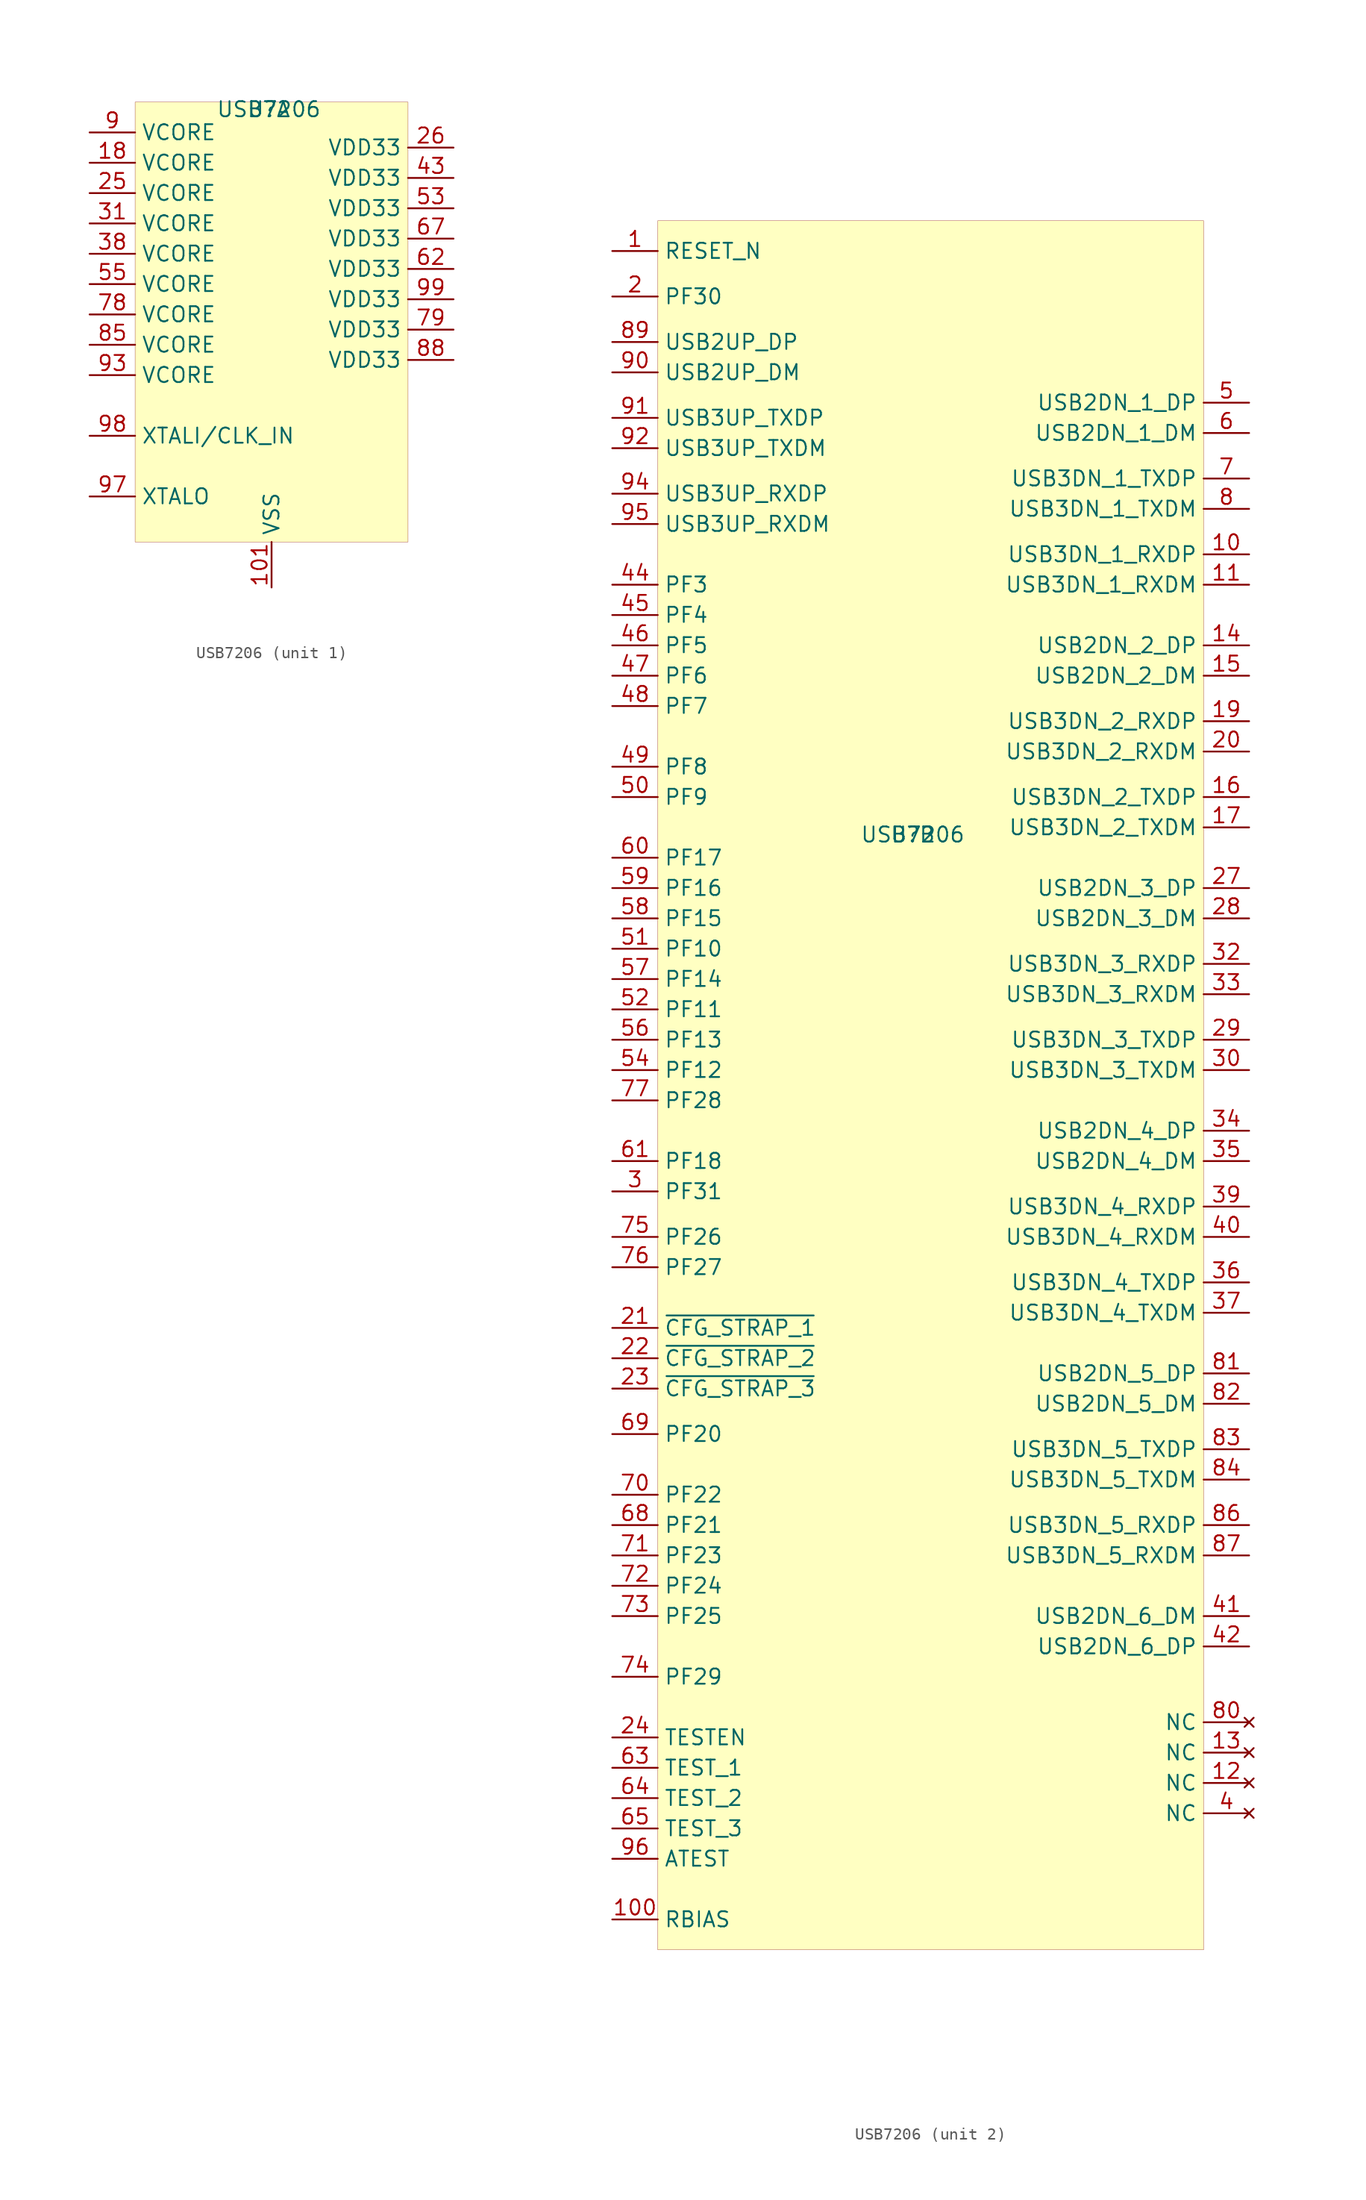
<source format=kicad_sym>
(kicad_symbol_lib
  (version 20210619)
  (generator kicad_symbol_editor)
  (symbol "eval-board-1_buck-regulator:USB7206"
    (property "Reference" "U"
      (at -0.229 10.82 0)
      (effects (font (size 1.27 1.27))))
    (property "Value" "USB7206"
      (at -0.229 10.82 0)
      (effects (font (size 1.27 1.27))))
    (symbol "USB7206_1_0"
      (pin power_in line (at 0 -29.21 90) (length 3.81) (name "VSS" (effects (font (size 1.27 1.27)))) (number "101" (effects (font (size 1.27 1.27)))))
      (pin power_in line (at -15.24 6.35 0) (length 3.81) (name "VCORE" (effects (font (size 1.27 1.27)))) (number "18" (effects (font (size 1.27 1.27)))))
      (pin power_in line (at -15.24 3.81 0) (length 3.81) (name "VCORE" (effects (font (size 1.27 1.27)))) (number "25" (effects (font (size 1.27 1.27)))))
      (pin power_in line (at 15.24 7.62 180) (length 3.81) (name "VDD33" (effects (font (size 1.27 1.27)))) (number "26" (effects (font (size 1.27 1.27)))))
      (pin power_in line (at -15.24 1.27 0) (length 3.81) (name "VCORE" (effects (font (size 1.27 1.27)))) (number "31" (effects (font (size 1.27 1.27)))))
      (pin power_in line (at -15.24 -1.27 0) (length 3.81) (name "VCORE" (effects (font (size 1.27 1.27)))) (number "38" (effects (font (size 1.27 1.27)))))
      (pin power_in line (at 15.24 5.08 180) (length 3.81) (name "VDD33" (effects (font (size 1.27 1.27)))) (number "43" (effects (font (size 1.27 1.27)))))
      (pin power_in line (at 15.24 2.54 180) (length 3.81) (name "VDD33" (effects (font (size 1.27 1.27)))) (number "53" (effects (font (size 1.27 1.27)))))
      (pin power_in line (at -15.24 -3.81 0) (length 3.81) (name "VCORE" (effects (font (size 1.27 1.27)))) (number "55" (effects (font (size 1.27 1.27)))))
      (pin power_in line (at 15.24 -2.54 180) (length 3.81) (name "VDD33" (effects (font (size 1.27 1.27)))) (number "62" (effects (font (size 1.27 1.27)))))
      (pin power_in line (at 15.24 0 180) (length 3.81) (name "VDD33" (effects (font (size 1.27 1.27)))) (number "67" (effects (font (size 1.27 1.27)))))
      (pin power_in line (at -15.24 -6.35 0) (length 3.81) (name "VCORE" (effects (font (size 1.27 1.27)))) (number "78" (effects (font (size 1.27 1.27)))))
      (pin power_in line (at 15.24 -7.62 180) (length 3.81) (name "VDD33" (effects (font (size 1.27 1.27)))) (number "79" (effects (font (size 1.27 1.27)))))
      (pin power_in line (at -15.24 -8.89 0) (length 3.81) (name "VCORE" (effects (font (size 1.27 1.27)))) (number "85" (effects (font (size 1.27 1.27)))))
      (pin power_in line (at 15.24 -10.16 180) (length 3.81) (name "VDD33" (effects (font (size 1.27 1.27)))) (number "88" (effects (font (size 1.27 1.27)))))
      (pin power_in line (at -15.24 8.89 0) (length 3.81) (name "VCORE" (effects (font (size 1.27 1.27)))) (number "9" (effects (font (size 1.27 1.27)))))
      (pin power_in line (at -15.24 -11.43 0) (length 3.81) (name "VCORE" (effects (font (size 1.27 1.27)))) (number "93" (effects (font (size 1.27 1.27)))))
      (pin output line (at -15.24 -21.59 0) (length 3.81) (name "XTALO" (effects (font (size 1.27 1.27)))) (number "97" (effects (font (size 1.27 1.27)))))
      (pin input line (at -15.24 -16.51 0) (length 3.81) (name "XTALI/CLK_IN" (effects (font (size 1.27 1.27)))) (number "98" (effects (font (size 1.27 1.27)))))
      (pin power_in line (at 15.24 -5.08 180) (length 3.81) (name "VDD33" (effects (font (size 1.27 1.27)))) (number "99" (effects (font (size 1.27 1.27))))))
    (symbol "USB7206_1_1"
      (rectangle (start -11.43 11.43) (end 11.43 -25.4) (stroke (width 0.001)) (fill (type background))))
    (symbol "USB7206_2_0"
      (pin bidirectional line (at -25.4 59.69 0) (length 3.81) (name "RESET_N" (effects (font (size 1.27 1.27)))) (number "1" (effects (font (size 1.27 1.27)))))
      (pin bidirectional line (at 27.94 34.29 180) (length 3.81) (name "USB3DN_1_RXDP" (effects (font (size 1.27 1.27)))) (number "10" (effects (font (size 1.27 1.27)))))
      (pin bidirectional line (at -25.4 -80.01 0) (length 3.81) (name "RBIAS" (effects (font (size 1.27 1.27)))) (number "100" (effects (font (size 1.27 1.27)))))
      (pin bidirectional line (at 27.94 31.75 180) (length 3.81) (name "USB3DN_1_RXDM" (effects (font (size 1.27 1.27)))) (number "11" (effects (font (size 1.27 1.27)))))
      (pin no_connect line (at 27.94 -68.58 180) (length 3.81) (name "NC" (effects (font (size 1.27 1.27)))) (number "12" (effects (font (size 1.27 1.27)))))
      (pin no_connect line (at 27.94 -66.04 180) (length 3.81) (name "NC" (effects (font (size 1.27 1.27)))) (number "13" (effects (font (size 1.27 1.27)))))
      (pin bidirectional line (at 27.94 26.67 180) (length 3.81) (name "USB2DN_2_DP" (effects (font (size 1.27 1.27)))) (number "14" (effects (font (size 1.27 1.27)))) (alternate "~PRT_DIS_2_P" bidirectional line))
      (pin bidirectional line (at 27.94 24.13 180) (length 3.81) (name "USB2DN_2_DM" (effects (font (size 1.27 1.27)))) (number "15" (effects (font (size 1.27 1.27)))) (alternate "~PRT_DIS_2_M" bidirectional line))
      (pin bidirectional line (at 27.94 13.97 180) (length 3.81) (name "USB3DN_2_TXDP" (effects (font (size 1.27 1.27)))) (number "16" (effects (font (size 1.27 1.27)))))
      (pin bidirectional line (at 27.94 11.43 180) (length 3.81) (name "USB3DN_2_TXDM" (effects (font (size 1.27 1.27)))) (number "17" (effects (font (size 1.27 1.27)))))
      (pin bidirectional line (at 27.94 20.32 180) (length 3.81) (name "USB3DN_2_RXDP" (effects (font (size 1.27 1.27)))) (number "19" (effects (font (size 1.27 1.27)))))
      (pin bidirectional line (at -25.4 55.88 0) (length 3.81) (name "PF30" (effects (font (size 1.27 1.27)))) (number "2" (effects (font (size 1.27 1.27)))) (alternate "VBUS_MON_UP" bidirectional line))
      (pin bidirectional line (at 27.94 17.78 180) (length 3.81) (name "USB3DN_2_RXDM" (effects (font (size 1.27 1.27)))) (number "20" (effects (font (size 1.27 1.27)))))
      (pin bidirectional line (at -25.4 -30.48 0) (length 3.81) (name "~{CFG_STRAP_1}" (effects (font (size 1.27 1.27)))) (number "21" (effects (font (size 1.27 1.27)))))
      (pin bidirectional line (at -25.4 -33.02 0) (length 3.81) (name "~{CFG_STRAP_2}" (effects (font (size 1.27 1.27)))) (number "22" (effects (font (size 1.27 1.27)))))
      (pin bidirectional line (at -25.4 -35.56 0) (length 3.81) (name "~{CFG_STRAP_3}" (effects (font (size 1.27 1.27)))) (number "23" (effects (font (size 1.27 1.27)))))
      (pin bidirectional line (at -25.4 -64.77 0) (length 3.81) (name "TESTEN" (effects (font (size 1.27 1.27)))) (number "24" (effects (font (size 1.27 1.27)))))
      (pin bidirectional line (at 27.94 6.35 180) (length 3.81) (name "USB2DN_3_DP" (effects (font (size 1.27 1.27)))) (number "27" (effects (font (size 1.27 1.27)))) (alternate "~PRT_DIS_3_P" bidirectional line))
      (pin bidirectional line (at 27.94 3.81 180) (length 3.81) (name "USB2DN_3_DM" (effects (font (size 1.27 1.27)))) (number "28" (effects (font (size 1.27 1.27)))) (alternate "~PRT_DIS_3_M" bidirectional line))
      (pin bidirectional line (at 27.94 -6.35 180) (length 3.81) (name "USB3DN_3_TXDP" (effects (font (size 1.27 1.27)))) (number "29" (effects (font (size 1.27 1.27)))))
      (pin bidirectional line (at -25.4 -19.05 0) (length 3.81) (name "PF31" (effects (font (size 1.27 1.27)))) (number "3" (effects (font (size 1.27 1.27)))) (alternate "MSTR_I2C_DATA" bidirectional line))
      (pin bidirectional line (at 27.94 -8.89 180) (length 3.81) (name "USB3DN_3_TXDM" (effects (font (size 1.27 1.27)))) (number "30" (effects (font (size 1.27 1.27)))))
      (pin bidirectional line (at 27.94 0 180) (length 3.81) (name "USB3DN_3_RXDP" (effects (font (size 1.27 1.27)))) (number "32" (effects (font (size 1.27 1.27)))))
      (pin bidirectional line (at 27.94 -2.54 180) (length 3.81) (name "USB3DN_3_RXDM" (effects (font (size 1.27 1.27)))) (number "33" (effects (font (size 1.27 1.27)))))
      (pin bidirectional line (at 27.94 -13.97 180) (length 3.81) (name "USB2DN_4_DP" (effects (font (size 1.27 1.27)))) (number "34" (effects (font (size 1.27 1.27)))) (alternate "~PRT_DIS_4_P" bidirectional line))
      (pin bidirectional line (at 27.94 -16.51 180) (length 3.81) (name "USB2DN_4_DM" (effects (font (size 1.27 1.27)))) (number "35" (effects (font (size 1.27 1.27)))) (alternate "~PRT_DIS_4_M" bidirectional line))
      (pin bidirectional line (at 27.94 -26.67 180) (length 3.81) (name "USB3DN_4_TXDP" (effects (font (size 1.27 1.27)))) (number "36" (effects (font (size 1.27 1.27)))))
      (pin bidirectional line (at 27.94 -29.21 180) (length 3.81) (name "USB3DN_4_TXDM" (effects (font (size 1.27 1.27)))) (number "37" (effects (font (size 1.27 1.27)))))
      (pin bidirectional line (at 27.94 -20.32 180) (length 3.81) (name "USB3DN_4_RXDP" (effects (font (size 1.27 1.27)))) (number "39" (effects (font (size 1.27 1.27)))))
      (pin no_connect line (at 27.94 -71.12 180) (length 3.81) (name "NC" (effects (font (size 1.27 1.27)))) (number "4" (effects (font (size 1.27 1.27)))))
      (pin bidirectional line (at 27.94 -22.86 180) (length 3.81) (name "USB3DN_4_RXDM" (effects (font (size 1.27 1.27)))) (number "40" (effects (font (size 1.27 1.27)))))
      (pin bidirectional line (at 27.94 -54.61 180) (length 3.81) (name "USB2DN_6_DM" (effects (font (size 1.27 1.27)))) (number "41" (effects (font (size 1.27 1.27)))) (alternate "~PRT_DIS_6_M" passive line))
      (pin bidirectional line (at 27.94 -57.15 180) (length 3.81) (name "USB2DN_6_DP" (effects (font (size 1.27 1.27)))) (number "42" (effects (font (size 1.27 1.27)))) (alternate "~PRT_DIS_6_P" passive line))
      (pin bidirectional line (at -25.4 31.75 0) (length 3.81) (name "PF3" (effects (font (size 1.27 1.27)))) (number "44" (effects (font (size 1.27 1.27)))) (alternate "I2S_SDI" bidirectional line))
      (pin bidirectional line (at -25.4 29.21 0) (length 3.81) (name "PF4" (effects (font (size 1.27 1.27)))) (number "45" (effects (font (size 1.27 1.27)))) (alternate "I2S_SDO" bidirectional line))
      (pin bidirectional line (at -25.4 26.67 0) (length 3.81) (name "PF5" (effects (font (size 1.27 1.27)))) (number "46" (effects (font (size 1.27 1.27)))) (alternate "I2S_CLK" bidirectional line))
      (pin bidirectional line (at -25.4 24.13 0) (length 3.81) (name "PF6" (effects (font (size 1.27 1.27)))) (number "47" (effects (font (size 1.27 1.27)))) (alternate "I2S_LRCK" bidirectional line))
      (pin bidirectional line (at -25.4 21.59 0) (length 3.81) (name "PF7" (effects (font (size 1.27 1.27)))) (number "48" (effects (font (size 1.27 1.27)))) (alternate "I2S_MCLK" bidirectional line))
      (pin bidirectional line (at -25.4 16.51 0) (length 3.81) (name "PF8" (effects (font (size 1.27 1.27)))) (number "49" (effects (font (size 1.27 1.27)))) (alternate "NC" no_connect line))
      (pin bidirectional line (at 27.94 46.99 180) (length 3.81) (name "USB2DN_1_DP" (effects (font (size 1.27 1.27)))) (number "5" (effects (font (size 1.27 1.27)))) (alternate "~PRT_DIS_1_P" bidirectional line))
      (pin bidirectional line (at -25.4 13.97 0) (length 3.81) (name "PF9" (effects (font (size 1.27 1.27)))) (number "50" (effects (font (size 1.27 1.27)))) (alternate "NC" no_connect line))
      (pin bidirectional line (at -25.4 1.27 0) (length 3.81) (name "PF10" (effects (font (size 1.27 1.27)))) (number "51" (effects (font (size 1.27 1.27)))) (alternate "PRT_CTL3_U3" bidirectional line))
      (pin bidirectional line (at -25.4 -3.81 0) (length 3.81) (name "PF11" (effects (font (size 1.27 1.27)))) (number "52" (effects (font (size 1.27 1.27)))) (alternate "PRT_CTL4_U3" bidirectional line))
      (pin bidirectional line (at -25.4 -8.89 0) (length 3.81) (name "PF12" (effects (font (size 1.27 1.27)))) (number "54" (effects (font (size 1.27 1.27)))) (alternate "PRT_CTL5_U3" bidirectional line))
      (pin bidirectional line (at -25.4 -6.35 0) (length 3.81) (name "PF13" (effects (font (size 1.27 1.27)))) (number "56" (effects (font (size 1.27 1.27)))) (alternate "PRT_CTL5/OCS" bidirectional line))
      (pin bidirectional line (at -25.4 -1.27 0) (length 3.81) (name "PF14" (effects (font (size 1.27 1.27)))) (number "57" (effects (font (size 1.27 1.27)))) (alternate "PRT_CTL4/OCS" bidirectional line))
      (pin bidirectional line (at -25.4 3.81 0) (length 3.81) (name "PF15" (effects (font (size 1.27 1.27)))) (number "58" (effects (font (size 1.27 1.27)))) (alternate "PRT_CTL3/OCS" bidirectional line))
      (pin bidirectional line (at -25.4 6.35 0) (length 3.81) (name "PF16" (effects (font (size 1.27 1.27)))) (number "59" (effects (font (size 1.27 1.27)))) (alternate "PRT_CTL2/OCS" bidirectional line))
      (pin bidirectional line (at 27.94 44.45 180) (length 3.81) (name "USB2DN_1_DM" (effects (font (size 1.27 1.27)))) (number "6" (effects (font (size 1.27 1.27)))) (alternate "~PRT_DIS_1_N" bidirectional line))
      (pin bidirectional line (at -25.4 8.89 0) (length 3.81) (name "PF17" (effects (font (size 1.27 1.27)))) (number "60" (effects (font (size 1.27 1.27)))) (alternate "PRT_CTL1/OCS" bidirectional line))
      (pin bidirectional line (at -25.4 -16.51 0) (length 3.81) (name "PF18" (effects (font (size 1.27 1.27)))) (number "61" (effects (font (size 1.27 1.27)))) (alternate "MSTR_I2C_CLK" bidirectional line))
      (pin bidirectional line (at -25.4 -67.31 0) (length 3.81) (name "TEST_1" (effects (font (size 1.27 1.27)))) (number "63" (effects (font (size 1.27 1.27)))))
      (pin bidirectional line (at -25.4 -69.85 0) (length 3.81) (name "TEST_2" (effects (font (size 1.27 1.27)))) (number "64" (effects (font (size 1.27 1.27)))))
      (pin bidirectional line (at -25.4 -72.39 0) (length 3.81) (name "TEST_3" (effects (font (size 1.27 1.27)))) (number "65" (effects (font (size 1.27 1.27)))))
      (pin bidirectional line (at -25.4 -46.99 0) (length 3.81) (name "PF21" (effects (font (size 1.27 1.27)))) (number "68" (effects (font (size 1.27 1.27)))) (alternate "SPI_CLK" bidirectional line))
      (pin bidirectional line (at -25.4 -39.37 0) (length 3.81) (name "PF20" (effects (font (size 1.27 1.27)))) (number "69" (effects (font (size 1.27 1.27)))) (alternate "SPI_CE_N" bidirectional line) (alternate "~CFG_NON_REM" bidirectional line))
      (pin bidirectional line (at 27.94 40.64 180) (length 3.81) (name "USB3DN_1_TXDP" (effects (font (size 1.27 1.27)))) (number "7" (effects (font (size 1.27 1.27)))))
      (pin bidirectional line (at -25.4 -44.45 0) (length 3.81) (name "PF22" (effects (font (size 1.27 1.27)))) (number "70" (effects (font (size 1.27 1.27)))) (alternate "SPI_D0" bidirectional line) (alternate "~CFG_BC_EN" bidirectional line))
      (pin bidirectional line (at -25.4 -49.53 0) (length 3.81) (name "PF23" (effects (font (size 1.27 1.27)))) (number "71" (effects (font (size 1.27 1.27)))) (alternate "SPI_D1" bidirectional line))
      (pin bidirectional line (at -25.4 -52.07 0) (length 3.81) (name "PF24" (effects (font (size 1.27 1.27)))) (number "72" (effects (font (size 1.27 1.27)))) (alternate "SPI_D2" bidirectional line))
      (pin bidirectional line (at -25.4 -54.61 0) (length 3.81) (name "PF25" (effects (font (size 1.27 1.27)))) (number "73" (effects (font (size 1.27 1.27)))) (alternate "SPI_D3" bidirectional line))
      (pin bidirectional line (at -25.4 -59.69 0) (length 3.81) (name "PF29" (effects (font (size 1.27 1.27)))) (number "74" (effects (font (size 1.27 1.27)))))
      (pin bidirectional line (at -25.4 -22.86 0) (length 3.81) (name "PF26" (effects (font (size 1.27 1.27)))) (number "75" (effects (font (size 1.27 1.27)))) (alternate "SLV_I2C_CLK" bidirectional line))
      (pin bidirectional line (at -25.4 -25.4 0) (length 3.81) (name "PF27" (effects (font (size 1.27 1.27)))) (number "76" (effects (font (size 1.27 1.27)))) (alternate "SLV_I2C_DAT" bidirectional line))
      (pin bidirectional line (at -25.4 -11.43 0) (length 3.81) (name "PF28" (effects (font (size 1.27 1.27)))) (number "77" (effects (font (size 1.27 1.27)))) (alternate "OCS" bidirectional line) (alternate "PRT_CTL6" bidirectional line))
      (pin bidirectional line (at 27.94 38.1 180) (length 3.81) (name "USB3DN_1_TXDM" (effects (font (size 1.27 1.27)))) (number "8" (effects (font (size 1.27 1.27)))))
      (pin no_connect line (at 27.94 -63.5 180) (length 3.81) (name "NC" (effects (font (size 1.27 1.27)))) (number "80" (effects (font (size 1.27 1.27)))))
      (pin bidirectional line (at 27.94 -34.29 180) (length 3.81) (name "USB2DN_5_DP" (effects (font (size 1.27 1.27)))) (number "81" (effects (font (size 1.27 1.27)))) (alternate "~PRT_DIS_5_P" passive line))
      (pin bidirectional line (at 27.94 -36.83 180) (length 3.81) (name "USB2DN_5_DM" (effects (font (size 1.27 1.27)))) (number "82" (effects (font (size 1.27 1.27)))) (alternate "~PRT_DIS_5_M" passive line))
      (pin bidirectional line (at 27.94 -40.64 180) (length 3.81) (name "USB3DN_5_TXDP" (effects (font (size 1.27 1.27)))) (number "83" (effects (font (size 1.27 1.27)))))
      (pin bidirectional line (at 27.94 -43.18 180) (length 3.81) (name "USB3DN_5_TXDM" (effects (font (size 1.27 1.27)))) (number "84" (effects (font (size 1.27 1.27)))))
      (pin bidirectional line (at 27.94 -46.99 180) (length 3.81) (name "USB3DN_5_RXDP" (effects (font (size 1.27 1.27)))) (number "86" (effects (font (size 1.27 1.27)))))
      (pin bidirectional line (at 27.94 -49.53 180) (length 3.81) (name "USB3DN_5_RXDM" (effects (font (size 1.27 1.27)))) (number "87" (effects (font (size 1.27 1.27)))))
      (pin bidirectional line (at -25.4 52.07 0) (length 3.81) (name "USB2UP_DP" (effects (font (size 1.27 1.27)))) (number "89" (effects (font (size 1.27 1.27)))))
      (pin bidirectional line (at -25.4 49.53 0) (length 3.81) (name "USB2UP_DM" (effects (font (size 1.27 1.27)))) (number "90" (effects (font (size 1.27 1.27)))))
      (pin bidirectional line (at -25.4 45.72 0) (length 3.81) (name "USB3UP_TXDP" (effects (font (size 1.27 1.27)))) (number "91" (effects (font (size 1.27 1.27)))))
      (pin bidirectional line (at -25.4 43.18 0) (length 3.81) (name "USB3UP_TXDM" (effects (font (size 1.27 1.27)))) (number "92" (effects (font (size 1.27 1.27)))))
      (pin bidirectional line (at -25.4 39.37 0) (length 3.81) (name "USB3UP_RXDP" (effects (font (size 1.27 1.27)))) (number "94" (effects (font (size 1.27 1.27)))))
      (pin bidirectional line (at -25.4 36.83 0) (length 3.81) (name "USB3UP_RXDM" (effects (font (size 1.27 1.27)))) (number "95" (effects (font (size 1.27 1.27)))))
      (pin bidirectional line (at -25.4 -74.93 0) (length 3.81) (name "ATEST" (effects (font (size 1.27 1.27)))) (number "96" (effects (font (size 1.27 1.27))))))
    (symbol "USB7206_2_1"
      (rectangle (start -21.59 62.23) (end 24.13 -82.55) (stroke (width 0.001)) (fill (type background))))))
</source>
